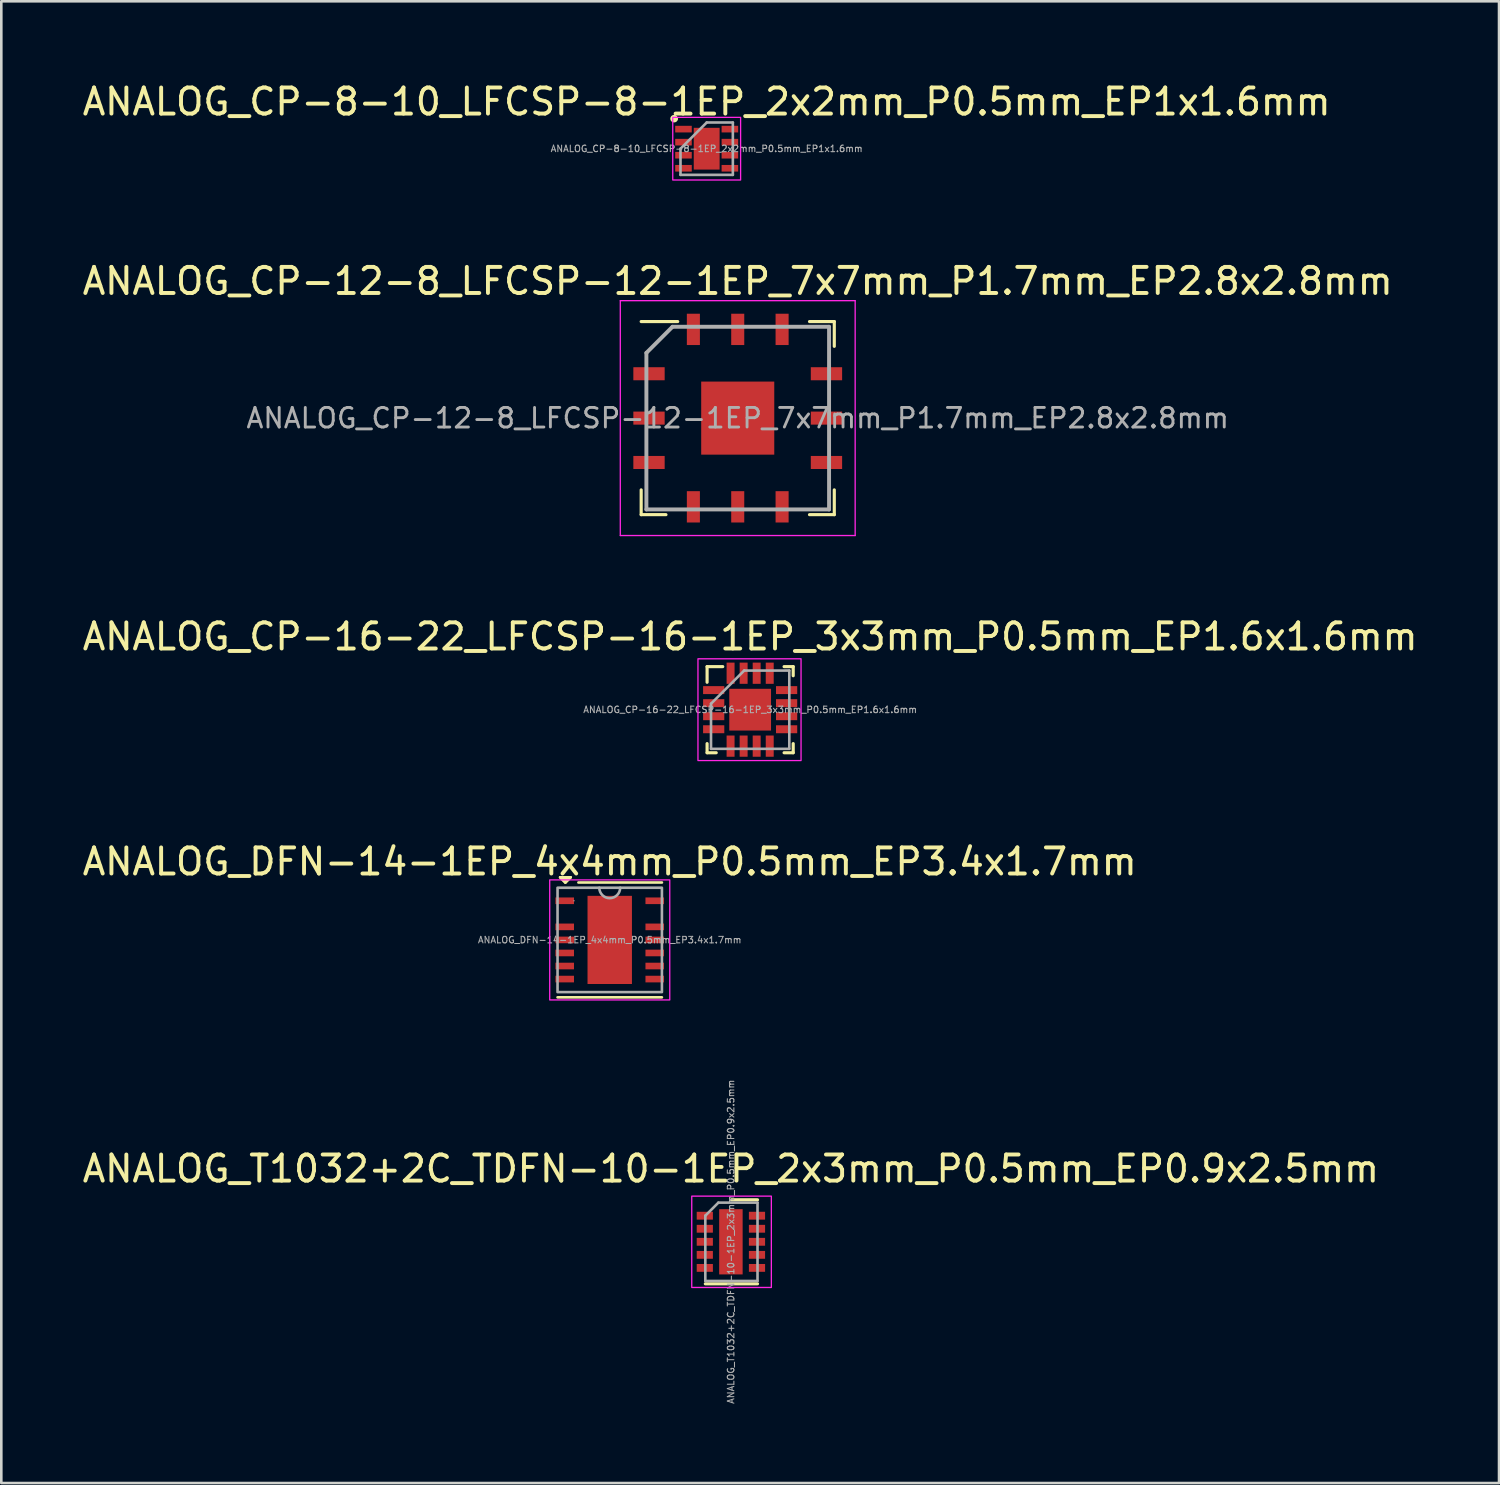
<source format=kicad_pcb>
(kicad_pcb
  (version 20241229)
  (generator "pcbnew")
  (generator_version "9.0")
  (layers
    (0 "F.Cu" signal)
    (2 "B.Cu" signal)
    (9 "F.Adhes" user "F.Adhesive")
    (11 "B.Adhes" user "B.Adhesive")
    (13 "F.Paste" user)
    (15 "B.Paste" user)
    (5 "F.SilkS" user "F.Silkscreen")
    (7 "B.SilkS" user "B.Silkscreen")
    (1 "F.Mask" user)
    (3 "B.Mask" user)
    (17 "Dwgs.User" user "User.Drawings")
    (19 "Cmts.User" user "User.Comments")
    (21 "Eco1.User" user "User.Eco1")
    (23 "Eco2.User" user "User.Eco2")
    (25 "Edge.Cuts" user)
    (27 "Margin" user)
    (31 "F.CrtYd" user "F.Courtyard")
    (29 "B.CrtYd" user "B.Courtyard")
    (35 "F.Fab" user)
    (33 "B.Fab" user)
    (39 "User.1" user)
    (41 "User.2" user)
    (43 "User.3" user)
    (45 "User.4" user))
  (footprint "ANALOG_CP-12-8_LFCSP-12-1EP_7x7mm_P1.7mm_EP2.8x2.8mm"
    (layer "F.Cu")
    (at 25.22 12.972)
    (property "Reference" "ANALOG_CP-12-8_LFCSP-12-1EP_7x7mm_P1.7mm_EP2.8x2.8mm" (at 0 -5.25 0) (layer "F.SilkS") (effects (font (size 1 1) (thickness 0.15))))
    (attr smd)
    (fp_line (start -3.7 -3.7) (end -2.3 -3.7) (stroke (width 0.12) (type default)) (layer "F.SilkS"))
    (fp_line (start -3.7 3.7) (end -3.7 2.75) (stroke (width 0.12) (type default)) (layer "F.SilkS"))
    (fp_line (start -2.75 3.7) (end -3.7 3.7) (stroke (width 0.12) (type default)) (layer "F.SilkS"))
    (fp_line (start 2.75 -3.7) (end 3.7 -3.7) (stroke (width 0.12) (type default)) (layer "F.SilkS"))
    (fp_line (start 3.7 -3.7) (end 3.7 -2.75) (stroke (width 0.12) (type default)) (layer "F.SilkS"))
    (fp_line (start 3.7 2.75) (end 3.7 3.7) (stroke (width 0.12) (type default)) (layer "F.SilkS"))
    (fp_line (start 3.7 3.7) (end 2.75 3.7) (stroke (width 0.12) (type default)) (layer "F.SilkS"))
    (fp_line (start -4.5 -4.5) (end 4.5 -4.5) (stroke (width 0.05) (type default)) (layer "F.CrtYd"))
    (fp_line (start -4.5 4.5) (end -4.5 -4.5) (stroke (width 0.05) (type default)) (layer "F.CrtYd"))
    (fp_line (start 4.5 -4.5) (end 4.5 4.5) (stroke (width 0.05) (type default)) (layer "F.CrtYd"))
    (fp_line (start 4.5 4.5) (end -4.5 4.5) (stroke (width 0.05) (type default)) (layer "F.CrtYd"))
    (fp_line (start -3.5 -2.5) (end -3.5 3.5) (stroke (width 0.15) (type default)) (layer "F.Fab"))
    (fp_line (start -3.5 3.5) (end 3.5 3.5) (stroke (width 0.15) (type default)) (layer "F.Fab"))
    (fp_line (start -2.5 -3.5) (end -3.5 -2.5) (stroke (width 0.15) (type default)) (layer "F.Fab"))
    (fp_line (start 3.5 -3.5) (end -2.5 -3.5) (stroke (width 0.15) (type default)) (layer "F.Fab"))
    (fp_line (start 3.5 3.5) (end 3.5 -3.5) (stroke (width 0.15) (type default)) (layer "F.Fab"))
    (fp_text user "${REFERENCE}" (at 0 0 0) (layer "F.Fab") (effects (font (size 0.75 0.75) (thickness 0.11))))
    (pad "" smd rect (at -1.05 -1.05) (size 0.000001 0.000001) (layers "F.Paste"))
    (pad "" smd rect (at -1.05 -0.35) (size 0.000001 0.000001) (layers "F.Paste"))
    (pad "" smd rect (at -1.05 0.35) (size 0.000001 0.000001) (layers "F.Paste"))
    (pad "" smd rect (at -1.05 1.05) (size 0.000001 0.000001) (layers "F.Paste"))
    (pad "" smd rect (at -0.35 -1.05) (size 0.000001 0.000001) (layers "F.Paste"))
    (pad "" smd rect (at -0.35 -0.35) (size 0.000001 0.000001) (layers "F.Paste"))
    (pad "" smd rect (at -0.35 0.35) (size 0.000001 0.000001) (layers "F.Paste"))
    (pad "" smd rect (at -0.35 1.05) (size 0.000001 0.000001) (layers "F.Paste"))
    (pad "" smd rect (at 0.35 -1.05) (size 0.000001 0.000001) (layers "F.Paste"))
    (pad "" smd rect (at 0.35 -0.35) (size 0.000001 0.000001) (layers "F.Paste"))
    (pad "" smd rect (at 0.35 0.35) (size 0.000001 0.000001) (layers "F.Paste"))
    (pad "" smd rect (at 0.35 1.05) (size 0.000001 0.000001) (layers "F.Paste"))
    (pad "" smd rect (at 1.05 -1.05) (size 0.000001 0.000001) (layers "F.Paste"))
    (pad "" smd rect (at 1.05 -0.35) (size 0.000001 0.000001) (layers "F.Paste"))
    (pad "" smd rect (at 1.05 0.35) (size 0.000001 0.000001) (layers "F.Paste"))
    (pad "" smd rect (at 1.05 1.05) (size 0.000001 0.000001) (layers "F.Paste"))
    (pad "1" smd rect (at -3.4 -1.7 90) (size 0.5 1.2) (layers "F.Cu" "F.Mask" "F.Paste"))
    (pad "2" smd rect (at -3.4 0 90) (size 0.5 1.2) (layers "F.Cu" "F.Mask" "F.Paste"))
    (pad "3" smd rect (at -3.4 1.7 90) (size 0.5 1.2) (layers "F.Cu" "F.Mask" "F.Paste"))
    (pad "4" smd rect (at -1.7 3.4) (size 0.5 1.2) (layers "F.Cu" "F.Mask" "F.Paste"))
    (pad "5" smd rect (at 0 3.4) (size 0.5 1.2) (layers "F.Cu" "F.Mask" "F.Paste"))
    (pad "6" smd rect (at 1.7 3.4) (size 0.5 1.2) (layers "F.Cu" "F.Mask" "F.Paste"))
    (pad "7" smd rect (at 3.4 1.7 90) (size 0.5 1.2) (layers "F.Cu" "F.Mask" "F.Paste"))
    (pad "8" smd rect (at 3.4 0 90) (size 0.5 1.2) (layers "F.Cu" "F.Mask" "F.Paste"))
    (pad "9" smd rect (at 3.4 -1.7 90) (size 0.5 1.2) (layers "F.Cu" "F.Mask" "F.Paste"))
    (pad "10" smd rect (at 1.7 -3.4) (size 0.5 1.2) (layers "F.Cu" "F.Mask" "F.Paste"))
    (pad "11" smd rect (at 0 -3.4) (size 0.5 1.2) (layers "F.Cu" "F.Mask" "F.Paste"))
    (pad "12" smd rect (at -1.7 -3.4) (size 0.5 1.2) (layers "F.Cu" "F.Mask" "F.Paste"))
    (pad "13" smd rect (at 0 0) (size 2.8 2.8) (layers "F.Cu" "F.Mask" "F.Paste")))
  (footprint "ANALOG_CP-8-10_LFCSP-8-1EP_2x2mm_P0.5mm_EP1x1.6mm"
    (layer "F.Cu")
    (at 24.03 2.648)
    (property "Reference" "ANALOG_CP-8-10_LFCSP-8-1EP_2x2mm_P0.5mm_EP1x1.6mm" (at 0 -1.8 0) (unlocked yes) (layer "F.SilkS") (effects (font (size 1 1) (thickness 0.15))))
    (attr smd)
    (fp_circle (center -1.25 -1.15) (end -1.25 -1.125) (stroke (width 0.12) (type default)) (fill no) (layer "F.SilkS"))
    (fp_circle (center -1.225 -1.15) (end -1.215 -1.09) (stroke (width 0.12) (type default)) (fill no) (layer "F.SilkS"))
    (fp_rect (start 1.3 1.2) (end -1.3 -1.2) (stroke (width 0.05) (type default)) (fill no) (layer "F.CrtYd"))
    (fp_line (start -1.003 0) (end -1.003 1.003) (stroke (width 0.1) (type default)) (layer "F.Fab"))
    (fp_line (start -1.003 1.003) (end 1.003 1.003) (stroke (width 0.1) (type default)) (layer "F.Fab"))
    (fp_line (start 0 -1.003) (end -1.003 0) (stroke (width 0.1) (type default)) (layer "F.Fab"))
    (fp_line (start 1.003 -1.003) (end 0 -1.003) (stroke (width 0.1) (type default)) (layer "F.Fab"))
    (fp_line (start 1.003 1.003) (end 1.003 -1.003) (stroke (width 0.1) (type default)) (layer "F.Fab"))
    (fp_text user "${REFERENCE}" (at 0 0 0) (unlocked yes) (layer "F.Fab") (effects (font (size 0.25 0.25) (thickness 0.04))))
    (pad "1" smd rect (at -0.889 -0.75) (size 0.635 0.254) (layers "F.Cu" "F.Mask" "F.Paste"))
    (pad "2" smd rect (at -0.889 -0.25) (size 0.635 0.254) (layers "F.Cu" "F.Mask" "F.Paste"))
    (pad "3" smd rect (at -0.889 0.25) (size 0.635 0.254) (layers "F.Cu" "F.Mask" "F.Paste"))
    (pad "4" smd rect (at -0.889 0.75) (size 0.635 0.254) (layers "F.Cu" "F.Mask" "F.Paste"))
    (pad "5" smd rect (at 0.889 0.75) (size 0.635 0.254) (layers "F.Cu" "F.Mask" "F.Paste"))
    (pad "6" smd rect (at 0.889 0.25) (size 0.635 0.254) (layers "F.Cu" "F.Mask" "F.Paste"))
    (pad "7" smd rect (at 0.889 -0.25) (size 0.635 0.254) (layers "F.Cu" "F.Mask" "F.Paste"))
    (pad "8" smd rect (at 0.889 -0.75) (size 0.635 0.254) (layers "F.Cu" "F.Mask" "F.Paste"))
    (pad "9" smd rect (at 0 0) (size 0.991 1.6) (layers "F.Cu" "F.Mask" "F.Paste")))
  (footprint "ANALOG_T1032+2C_TDFN-10-1EP_2x3mm_P0.5mm_EP0.9x2.5mm"
    (layer "F.Cu")
    (at 24.958 44.536)
    (property "Reference" "ANALOG_T1032+2C_TDFN-10-1EP_2x3mm_P0.5mm_EP0.9x2.5mm" (at 0 -2.8 0) (unlocked yes) (layer "F.SilkS") (effects (font (size 1 1) (thickness 0.15))))
    (attr smd)
    (fp_line (start -0.98 1.61) (end 1.02 1.61) (stroke (width 0.12) (type solid)) (layer "F.SilkS"))
    (fp_line (start 0.02 -1.61) (end 1.02 -1.61) (stroke (width 0.12) (type solid)) (layer "F.SilkS"))
    (fp_rect (start -1.5 1.75) (end 1.55 -1.75) (stroke (width 0.05) (type default)) (fill no) (layer "F.CrtYd"))
    (fp_line (start -0.98 -1) (end -0.48 -1.5) (stroke (width 0.1) (type solid)) (layer "F.Fab"))
    (fp_line (start -0.98 1.5) (end -0.98 -1) (stroke (width 0.1) (type solid)) (layer "F.Fab"))
    (fp_line (start -0.48 -1.5) (end 1.02 -1.5) (stroke (width 0.1) (type solid)) (layer "F.Fab"))
    (fp_line (start 1.02 -1.5) (end 1.02 1.5) (stroke (width 0.1) (type solid)) (layer "F.Fab"))
    (fp_line (start 1.02 1.5) (end -0.98 1.5) (stroke (width 0.1) (type solid)) (layer "F.Fab"))
    (fp_text user "${REFERENCE}" (at 0 0 270) (layer "F.Fab") (effects (font (size 0.25 0.25) (thickness 0.04))))
    (pad "" smd roundrect (at 0.02 -0.5) (size 0.73 0.81) (layers "F.Paste") (roundrect_rratio 0.25))
    (pad "" smd roundrect (at 0.02 0.5) (size 0.73 0.81) (layers "F.Paste") (roundrect_rratio 0.25))
    (pad "1" smd rect (at -1 -1) (size 0.62 0.3) (layers "F.Cu" "F.Mask" "F.Paste"))
    (pad "2" smd rect (at -1 -0.5) (size 0.62 0.3) (layers "F.Cu" "F.Mask" "F.Paste"))
    (pad "3" smd rect (at -1 0) (size 0.62 0.3) (layers "F.Cu" "F.Mask" "F.Paste"))
    (pad "4" smd rect (at -1 0.5) (size 0.62 0.3) (layers "F.Cu" "F.Mask" "F.Paste"))
    (pad "5" smd rect (at -1 1) (size 0.62 0.3) (layers "F.Cu" "F.Mask" "F.Paste"))
    (pad "6" smd rect (at 1 1) (size 0.62 0.3) (layers "F.Cu" "F.Mask" "F.Paste"))
    (pad "7" smd rect (at 1 0.5) (size 0.62 0.3) (layers "F.Cu" "F.Mask" "F.Paste"))
    (pad "8" smd rect (at 1 0) (size 0.62 0.3) (layers "F.Cu" "F.Mask" "F.Paste"))
    (pad "9" smd rect (at 1 -0.5) (size 0.62 0.3) (layers "F.Cu" "F.Mask" "F.Paste"))
    (pad "10" smd rect (at 1 -1) (size 0.62 0.3) (layers "F.Cu" "F.Mask" "F.Paste"))
    (pad "11" smd rect (at 0 0) (size 0.9 2.5) (layers "F.Cu" "F.Mask")))
  (footprint "ANALOG_DFN-14-1EP_4x4mm_P0.5mm_EP3.4x1.7mm"
    (layer "F.Cu")
    (at 20.315 32.968)
    (property "Reference" "ANALOG_DFN-14-1EP_4x4mm_P0.5mm_EP3.4x1.7mm" (at 0 -3 0) (unlocked yes) (layer "F.SilkS") (effects (font (size 1 1) (thickness 0.15))))
    (attr smd)
    (fp_line (start -1.9 -2.4) (end -1.5 -2.4) (stroke (width 0.1) (type default)) (layer "F.SilkS"))
    (fp_line (start -1.7 -2.2) (end -1.9 -2.4) (stroke (width 0.1) (type default)) (layer "F.SilkS"))
    (fp_line (start -1.5 -2.4) (end -1.7 -2.2) (stroke (width 0.1) (type default)) (layer "F.SilkS"))
    (fp_line (start 2 -2.2) (end -1.2 -2.2) (stroke (width 0.1) (type default)) (layer "F.SilkS"))
    (fp_line (start 2 2.2) (end -2 2.2) (stroke (width 0.1) (type default)) (layer "F.SilkS"))
    (fp_poly (pts (xy -1.7 -2.2) (xy -1.9 -2.4) (xy -1.5 -2.4)) (stroke (width 0.1) (type solid)) (fill yes) (layer "F.SilkS"))
    (fp_poly (pts (xy -0.751 -1.589) (xy -0.751 -0.1) (xy 0.751 -0.1) (xy 0.751 -1.589)) (stroke (width 0) (type solid)) (fill yes) (layer "F.Paste"))
    (fp_poly (pts (xy -0.751 0.1) (xy -0.751 1.589) (xy 0.751 1.589) (xy 0.751 0.1)) (stroke (width 0) (type solid)) (fill yes) (layer "F.Paste"))
    (fp_rect (start -2.3 -2.3) (end 2.3 2.3) (stroke (width 0.05) (type default)) (fill no) (layer "F.CrtYd"))
    (fp_rect (start -2 -2) (end 2 2) (stroke (width 0.1) (type default)) (fill no) (layer "F.Fab"))
    (fp_arc (start 0.4 -2) (mid 0 -1.6) (end -0.4 -2) (stroke (width 0.1) (type default)) (layer "F.Fab"))
    (fp_circle (center -1.369 -1.5) (end -1.369 -1.5) (stroke (width 0.025) (type solid)) (fill no) (layer "F.Fab"))
    (fp_text user "${REFERENCE}" (at 0 0 0) (unlocked yes) (layer "F.Fab") (effects (font (size 0.25 0.25) (thickness 0.04))))
    (pad "1" smd rect (at -1.725 -1.5) (size 0.711 0.254) (layers "F.Cu" "F.Mask" "F.Paste"))
    (pad "3" smd rect (at -1.725 -0.5) (size 0.711 0.254) (layers "F.Cu" "F.Mask" "F.Paste"))
    (pad "4" smd rect (at -1.725 0) (size 0.711 0.254) (layers "F.Cu" "F.Mask" "F.Paste"))
    (pad "5" smd rect (at -1.725 0.5) (size 0.711 0.254) (layers "F.Cu" "F.Mask" "F.Paste"))
    (pad "6" smd rect (at -1.725 1) (size 0.711 0.254) (layers "F.Cu" "F.Mask" "F.Paste"))
    (pad "7" smd rect (at -1.725 1.5) (size 0.711 0.254) (layers "F.Cu" "F.Mask" "F.Paste"))
    (pad "8" smd rect (at 1.725 1.5) (size 0.711 0.254) (layers "F.Cu" "F.Mask" "F.Paste"))
    (pad "9" smd rect (at 1.725 1) (size 0.711 0.254) (layers "F.Cu" "F.Mask" "F.Paste"))
    (pad "10" smd rect (at 1.725 0.5) (size 0.711 0.254) (layers "F.Cu" "F.Mask" "F.Paste"))
    (pad "11" smd rect (at 1.725 0) (size 0.711 0.254) (layers "F.Cu" "F.Mask" "F.Paste"))
    (pad "12" smd rect (at 1.725 -0.5) (size 0.711 0.254) (layers "F.Cu" "F.Mask" "F.Paste"))
    (pad "14" smd rect (at 1.725 -1.5) (size 0.711 0.254) (layers "F.Cu" "F.Mask" "F.Paste"))
    (pad "15" smd rect (at 0 0) (size 1.702 3.378) (layers "F.Cu" "F.Mask")))
  (footprint "ANALOG_CP-16-22_LFCSP-16-1EP_3x3mm_P0.5mm_EP1.6x1.6mm"
    (layer "F.Cu")
    (at 25.696 24.145)
    (property "Reference" "ANALOG_CP-16-22_LFCSP-16-1EP_3x3mm_P0.5mm_EP1.6x1.6mm" (at 0 -2.8 0) (layer "F.SilkS") (effects (font (size 1 1) (thickness 0.15))))
    (attr smd)
    (fp_line (start -1.65 -1.65) (end -1.65 -1.05) (stroke (width 0.12) (type default)) (layer "F.SilkS"))
    (fp_line (start -1.65 1.3) (end -1.65 1.65) (stroke (width 0.12) (type default)) (layer "F.SilkS"))
    (fp_line (start -1.65 1.65) (end -1.3 1.65) (stroke (width 0.12) (type default)) (layer "F.SilkS"))
    (fp_line (start -1.05 -1.65) (end -1.65 -1.65) (stroke (width 0.12) (type default)) (layer "F.SilkS"))
    (fp_line (start 1.3 1.65) (end 1.65 1.65) (stroke (width 0.12) (type default)) (layer "F.SilkS"))
    (fp_line (start 1.65 -1.65) (end 1.3 -1.65) (stroke (width 0.12) (type default)) (layer "F.SilkS"))
    (fp_line (start 1.65 -1.3) (end 1.65 -1.65) (stroke (width 0.12) (type default)) (layer "F.SilkS"))
    (fp_line (start 1.65 1.65) (end 1.65 1.3) (stroke (width 0.12) (type default)) (layer "F.SilkS"))
    (fp_rect (start 1.95 1.95) (end -2 -1.95) (stroke (width 0.05) (type default)) (fill no) (layer "F.CrtYd"))
    (fp_line (start -1.5 1.5) (end 1.5 1.5) (stroke (width 0.1) (type solid)) (layer "F.Fab"))
    (fp_line (start -1.499 -0.229) (end -1.5 1.5) (stroke (width 0.1) (type solid)) (layer "F.Fab"))
    (fp_line (start -1.499 -0.229) (end -0.229 -1.499) (stroke (width 0.1) (type solid)) (layer "F.Fab"))
    (fp_line (start 1.5 -1.5) (end -0.229 -1.499) (stroke (width 0.1) (type solid)) (layer "F.Fab"))
    (fp_line (start 1.5 1.5) (end 1.5 -1.5) (stroke (width 0.1) (type solid)) (layer "F.Fab"))
    (fp_text user "${REFERENCE}" (at 0 0 0) (unlocked yes) (layer "F.Fab") (effects (font (size 0.25 0.25) (thickness 0.04))))
    (pad "1" smd rect (at -1.397 -0.75 90) (size 0.305 0.813) (layers "F.Cu" "F.Mask" "F.Paste"))
    (pad "2" smd rect (at -1.397 -0.25 90) (size 0.305 0.813) (layers "F.Cu" "F.Mask" "F.Paste"))
    (pad "3" smd rect (at -1.397 0.25 90) (size 0.305 0.813) (layers "F.Cu" "F.Mask" "F.Paste"))
    (pad "4" smd rect (at -1.397 0.75 90) (size 0.305 0.813) (layers "F.Cu" "F.Mask" "F.Paste"))
    (pad "5" smd rect (at -0.75 1.397) (size 0.305 0.813) (layers "F.Cu" "F.Mask" "F.Paste"))
    (pad "6" smd rect (at -0.25 1.397) (size 0.305 0.813) (layers "F.Cu" "F.Mask" "F.Paste"))
    (pad "7" smd rect (at 0.25 1.397) (size 0.305 0.813) (layers "F.Cu" "F.Mask" "F.Paste"))
    (pad "8" smd rect (at 0.75 1.397) (size 0.305 0.813) (layers "F.Cu" "F.Mask" "F.Paste"))
    (pad "9" smd rect (at 1.397 0.75 90) (size 0.305 0.813) (layers "F.Cu" "F.Mask" "F.Paste"))
    (pad "10" smd rect (at 1.397 0.25 90) (size 0.305 0.813) (layers "F.Cu" "F.Mask" "F.Paste"))
    (pad "11" smd rect (at 1.397 -0.25 90) (size 0.305 0.813) (layers "F.Cu" "F.Mask" "F.Paste"))
    (pad "12" smd rect (at 1.397 -0.75 90) (size 0.305 0.813) (layers "F.Cu" "F.Mask" "F.Paste"))
    (pad "13" smd rect (at 0.75 -1.397) (size 0.305 0.813) (layers "F.Cu" "F.Mask" "F.Paste"))
    (pad "14" smd rect (at 0.25 -1.397) (size 0.305 0.813) (layers "F.Cu" "F.Mask" "F.Paste"))
    (pad "15" smd rect (at -0.25 -1.397) (size 0.305 0.813) (layers "F.Cu" "F.Mask" "F.Paste"))
    (pad "16" smd rect (at -0.75 -1.397) (size 0.305 0.813) (layers "F.Cu" "F.Mask" "F.Paste"))
    (pad "17" smd rect (at 0 0 90) (size 1.6 1.6) (layers "F.Cu" "F.Mask" "F.Paste")))
  (gr_rect
    (start -3 -3)
    (end 54.393 53.78)
    (stroke (width 0.1) (type default))
    (fill no)
    (layer "Edge.Cuts")))
</source>
